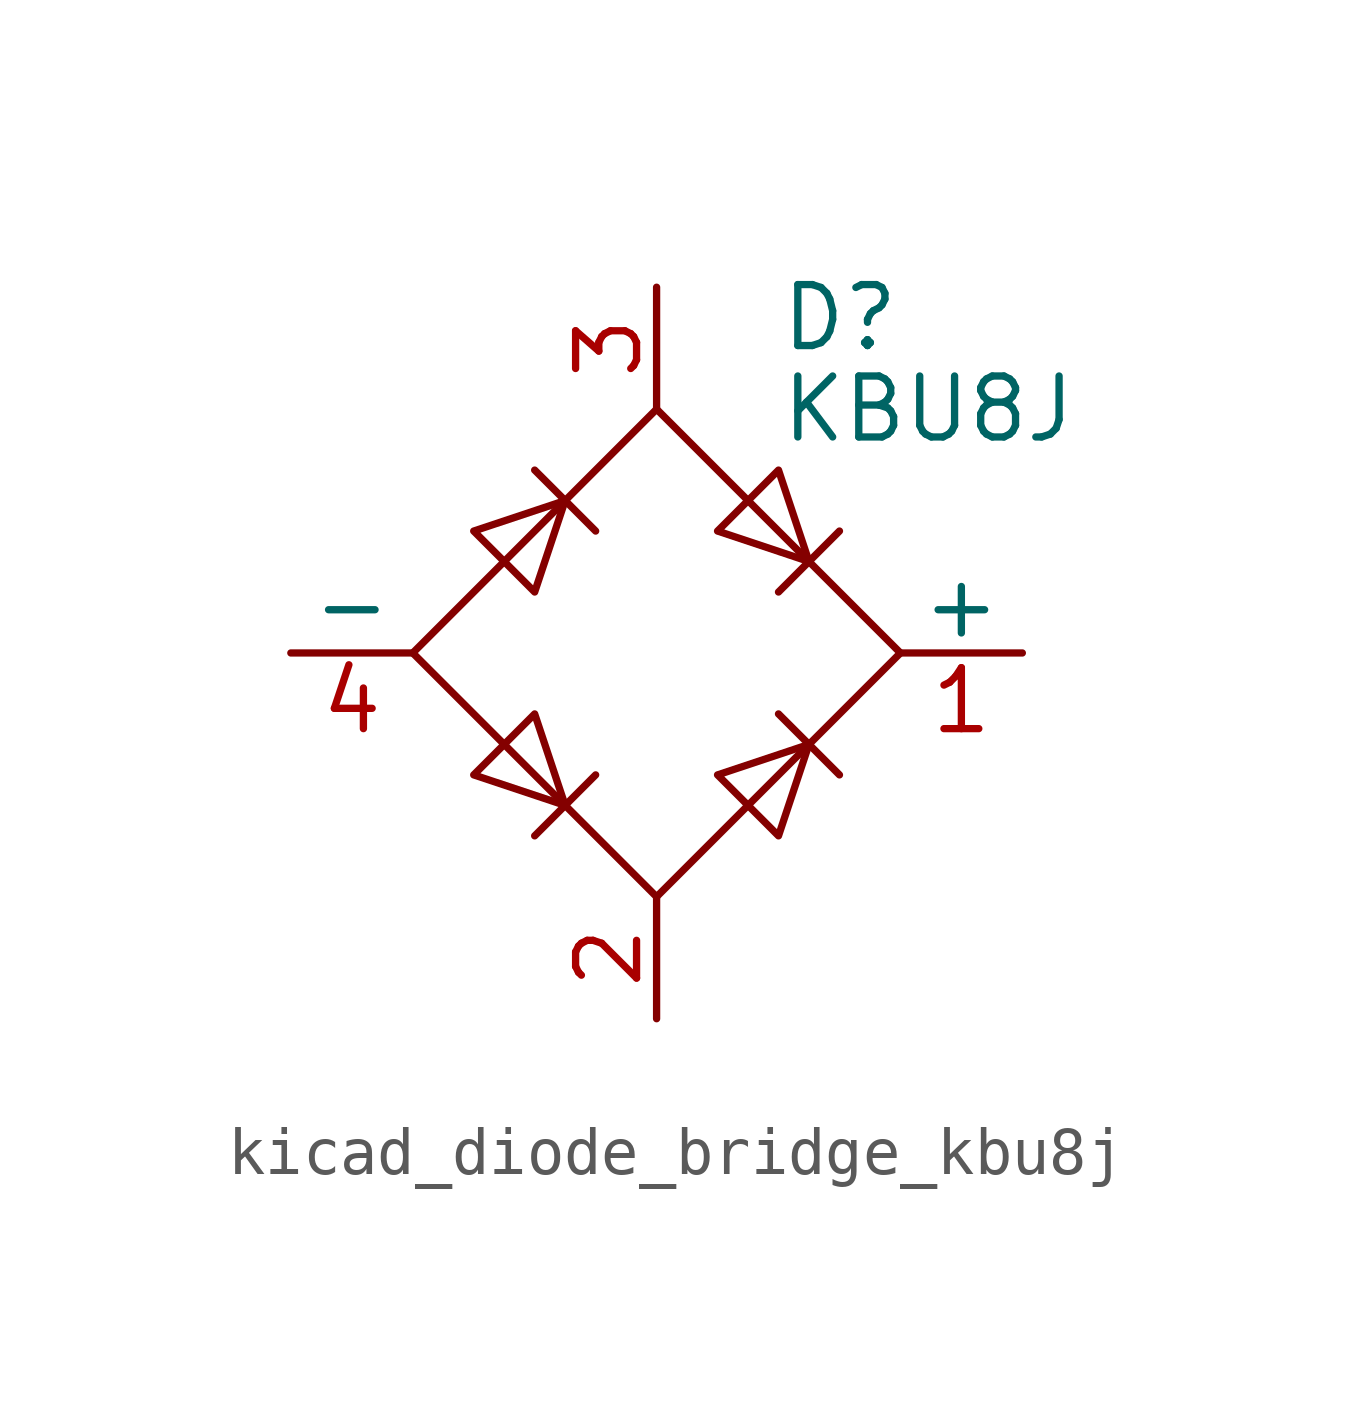
<source format=kicad_sym>
(kicad_symbol_lib
  (version 20220914)
  (generator kicad_symbol_editor)
  (symbol "kicad_diode_bridge_kbu8j"
    (pin_names
      (offset 0))
    (property "Reference" "D"
      (at 2.54 6.985 0)
      (effects (font (size 1.27 1.27)) (justify left)))
    (property "Value" "KBU8J"
      (at 2.54 5.08 0)
      (effects (font (size 1.27 1.27)) (justify left)))
    (symbol "kicad_diode_bridge_kbu8j_0_1"
      (polyline (pts (xy -2.54 3.81) (xy -1.27 2.54)) (stroke (width 0) (type default)) (fill (type none)))
      (polyline (pts (xy -1.27 -2.54) (xy -2.54 -3.81)) (stroke (width 0) (type default)) (fill (type none)))
      (polyline (pts (xy 2.54 -1.27) (xy 3.81 -2.54)) (stroke (width 0) (type default)) (fill (type none)))
      (polyline (pts (xy 2.54 1.27) (xy 3.81 2.54)) (stroke (width 0) (type default)) (fill (type none)))
      (polyline (pts (xy -3.81 2.54) (xy -2.54 1.27) (xy -1.905 3.175) (xy -3.81 2.54)) (stroke (width 0) (type default)) (fill (type none)))
      (polyline (pts (xy -2.54 -1.27) (xy -3.81 -2.54) (xy -1.905 -3.175) (xy -2.54 -1.27)) (stroke (width 0) (type default)) (fill (type none)))
      (polyline (pts (xy 1.27 2.54) (xy 2.54 3.81) (xy 3.175 1.905) (xy 1.27 2.54)) (stroke (width 0) (type default)) (fill (type none)))
      (polyline (pts (xy 3.175 -1.905) (xy 1.27 -2.54) (xy 2.54 -3.81) (xy 3.175 -1.905)) (stroke (width 0) (type default)) (fill (type none)))
      (polyline (pts (xy -5.08 0) (xy 0 -5.08) (xy 5.08 0) (xy 0 5.08) (xy -5.08 0)) (stroke (width 0) (type default)) (fill (type none))))
    (symbol "kicad_diode_bridge_kbu8j_1_1"
      (pin passive line (at 7.62 0 180) (length 2.54) (name "+" (effects (font (size 1.27 1.27)))) (number "1" (effects (font (size 1.27 1.27)))))
      (pin passive line (at 0 -7.62 90) (length 2.54) (name "~" (effects (font (size 1.27 1.27)))) (number "2" (effects (font (size 1.27 1.27)))))
      (pin passive line (at 0 7.62 270) (length 2.54) (name "~" (effects (font (size 1.27 1.27)))) (number "3" (effects (font (size 1.27 1.27)))))
      (pin passive line (at -7.62 0 0) (length 2.54) (name "-" (effects (font (size 1.27 1.27)))) (number "4" (effects (font (size 1.27 1.27))))))))
</source>
